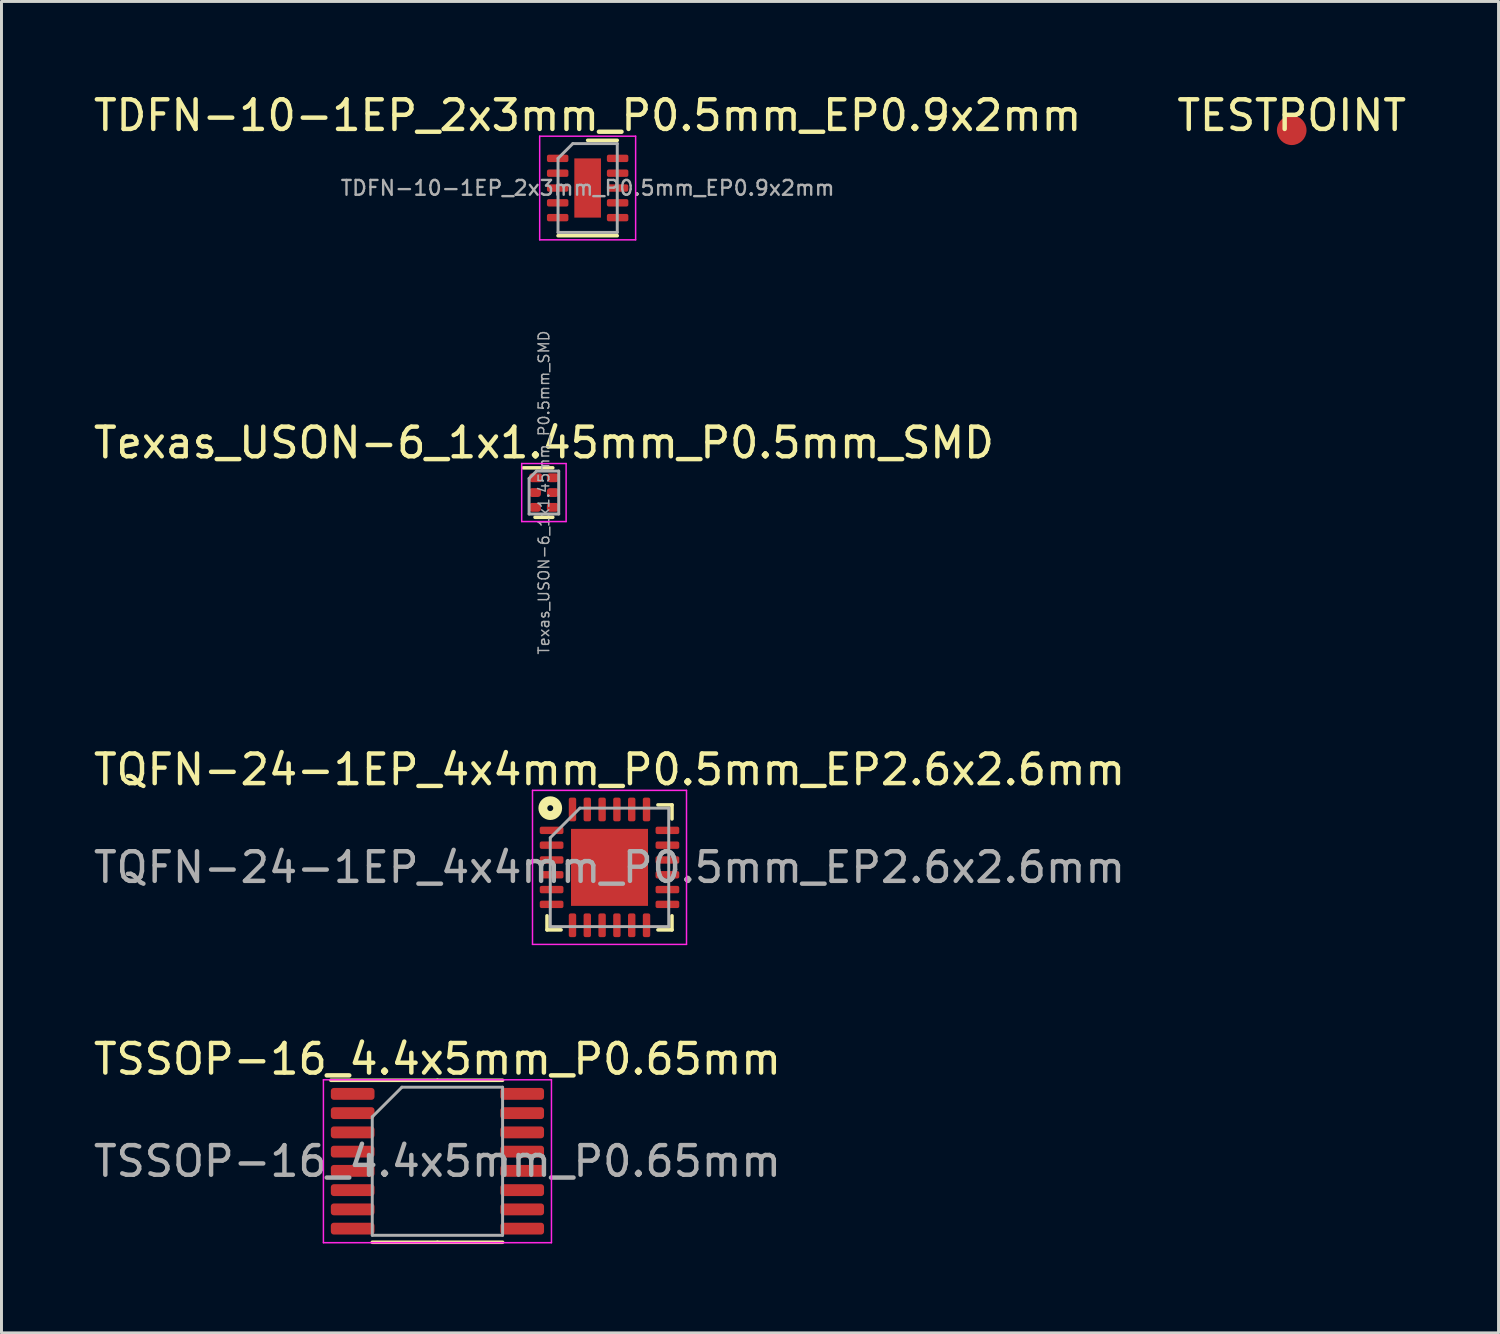
<source format=kicad_pcb>
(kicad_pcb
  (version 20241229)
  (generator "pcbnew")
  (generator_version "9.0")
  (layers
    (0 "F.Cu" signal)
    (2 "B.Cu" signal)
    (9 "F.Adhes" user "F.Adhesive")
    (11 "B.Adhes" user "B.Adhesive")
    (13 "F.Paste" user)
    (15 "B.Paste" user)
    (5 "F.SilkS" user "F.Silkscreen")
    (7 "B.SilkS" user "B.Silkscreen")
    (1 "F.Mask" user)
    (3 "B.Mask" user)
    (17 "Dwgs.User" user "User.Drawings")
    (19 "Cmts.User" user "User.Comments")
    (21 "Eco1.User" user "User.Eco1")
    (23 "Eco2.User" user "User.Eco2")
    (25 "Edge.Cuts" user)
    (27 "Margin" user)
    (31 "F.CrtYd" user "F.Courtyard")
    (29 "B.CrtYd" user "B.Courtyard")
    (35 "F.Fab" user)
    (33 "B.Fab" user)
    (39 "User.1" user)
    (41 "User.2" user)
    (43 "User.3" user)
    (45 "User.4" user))
  (footprint "TQFN-24-1EP_4x4mm_P0.5mm_EP2.6x2.6mm"
    (layer "F.Cu")
    (at 17.53 26.237)
    (property "Reference" "TQFN-24-1EP_4x4mm_P0.5mm_EP2.6x2.6mm" (at 0 -3.3 0) (layer "F.SilkS") (effects (font (size 1 1) (thickness 0.15))))
    (attr smd)
    (fp_line (start -2.11 2.11) (end -2.11 1.635) (stroke (width 0.12) (type solid)) (layer "F.SilkS"))
    (fp_line (start -1.635 2.11) (end -2.11 2.11) (stroke (width 0.12) (type solid)) (layer "F.SilkS"))
    (fp_line (start 1.635 -2.11) (end 2.11 -2.11) (stroke (width 0.12) (type solid)) (layer "F.SilkS"))
    (fp_line (start 1.635 2.11) (end 2.11 2.11) (stroke (width 0.12) (type solid)) (layer "F.SilkS"))
    (fp_line (start 2.11 -2.11) (end 2.11 -1.635) (stroke (width 0.12) (type solid)) (layer "F.SilkS"))
    (fp_line (start 2.11 2.11) (end 2.11 1.635) (stroke (width 0.12) (type solid)) (layer "F.SilkS"))
    (fp_circle (center -2 -2) (end -1.9 -2) (stroke (width 0.3) (type default)) (fill no) (layer "F.SilkS"))
    (fp_line (start -2.6 -2.6) (end -2.6 2.6) (stroke (width 0.05) (type solid)) (layer "F.CrtYd"))
    (fp_line (start -2.6 2.6) (end 2.6 2.6) (stroke (width 0.05) (type solid)) (layer "F.CrtYd"))
    (fp_line (start 2.6 -2.6) (end -2.6 -2.6) (stroke (width 0.05) (type solid)) (layer "F.CrtYd"))
    (fp_line (start 2.6 2.6) (end 2.6 -2.6) (stroke (width 0.05) (type solid)) (layer "F.CrtYd"))
    (fp_line (start -2 -1) (end -1 -2) (stroke (width 0.1) (type solid)) (layer "F.Fab"))
    (fp_line (start -2 2) (end -2 -1) (stroke (width 0.1) (type solid)) (layer "F.Fab"))
    (fp_line (start -1 -2) (end 2 -2) (stroke (width 0.1) (type solid)) (layer "F.Fab"))
    (fp_line (start 2 -2) (end 2 2) (stroke (width 0.1) (type solid)) (layer "F.Fab"))
    (fp_line (start 2 2) (end -2 2) (stroke (width 0.1) (type solid)) (layer "F.Fab"))
    (fp_text user "${REFERENCE}" (at 0 0 0) (layer "F.Fab") (effects (font (size 1 1) (thickness 0.15))))
    (pad "" smd roundrect (at -0.525 -0.525) (size 0.85 0.85) (layers "F.Paste") (roundrect_rratio 0.25))
    (pad "" smd roundrect (at -0.525 0.525) (size 0.85 0.85) (layers "F.Paste") (roundrect_rratio 0.25))
    (pad "" smd roundrect (at 0.525 -0.525) (size 0.85 0.85) (layers "F.Paste") (roundrect_rratio 0.25))
    (pad "" smd roundrect (at 0.525 0.525) (size 0.85 0.85) (layers "F.Paste") (roundrect_rratio 0.25))
    (pad "1" smd roundrect (at -1.955 -1.25) (size 0.8 0.25) (layers "F.Cu" "F.Mask" "F.Paste") (roundrect_rratio 0.25))
    (pad "2" smd roundrect (at -1.955 -0.75) (size 0.8 0.25) (layers "F.Cu" "F.Mask" "F.Paste") (roundrect_rratio 0.25))
    (pad "3" smd roundrect (at -1.955 -0.25) (size 0.8 0.25) (layers "F.Cu" "F.Mask" "F.Paste") (roundrect_rratio 0.25))
    (pad "4" smd roundrect (at -1.955 0.25) (size 0.8 0.25) (layers "F.Cu" "F.Mask" "F.Paste") (roundrect_rratio 0.25))
    (pad "5" smd roundrect (at -1.955 0.75) (size 0.8 0.25) (layers "F.Cu" "F.Mask" "F.Paste") (roundrect_rratio 0.25))
    (pad "6" smd roundrect (at -1.955 1.25) (size 0.8 0.25) (layers "F.Cu" "F.Mask" "F.Paste") (roundrect_rratio 0.25))
    (pad "7" smd roundrect (at -1.25 1.955 90) (size 0.8 0.25) (layers "F.Cu" "F.Mask" "F.Paste") (roundrect_rratio 0.25))
    (pad "8" smd roundrect (at -0.75 1.955 90) (size 0.8 0.25) (layers "F.Cu" "F.Mask" "F.Paste") (roundrect_rratio 0.25))
    (pad "9" smd roundrect (at -0.25 1.955 90) (size 0.8 0.25) (layers "F.Cu" "F.Mask" "F.Paste") (roundrect_rratio 0.25))
    (pad "10" smd roundrect (at 0.25 1.955 90) (size 0.8 0.25) (layers "F.Cu" "F.Mask" "F.Paste") (roundrect_rratio 0.25))
    (pad "11" smd roundrect (at 0.75 1.955 90) (size 0.8 0.25) (layers "F.Cu" "F.Mask" "F.Paste") (roundrect_rratio 0.25))
    (pad "12" smd roundrect (at 1.25 1.955 90) (size 0.8 0.25) (layers "F.Cu" "F.Mask" "F.Paste") (roundrect_rratio 0.25))
    (pad "13" smd roundrect (at 1.955 1.25) (size 0.8 0.25) (layers "F.Cu" "F.Mask" "F.Paste") (roundrect_rratio 0.25))
    (pad "14" smd roundrect (at 1.955 0.75) (size 0.8 0.25) (layers "F.Cu" "F.Mask" "F.Paste") (roundrect_rratio 0.25))
    (pad "15" smd roundrect (at 1.955 0.25) (size 0.8 0.25) (layers "F.Cu" "F.Mask" "F.Paste") (roundrect_rratio 0.25))
    (pad "16" smd roundrect (at 1.955 -0.25) (size 0.8 0.25) (layers "F.Cu" "F.Mask" "F.Paste") (roundrect_rratio 0.25))
    (pad "17" smd roundrect (at 1.955 -0.75) (size 0.8 0.25) (layers "F.Cu" "F.Mask" "F.Paste") (roundrect_rratio 0.25))
    (pad "18" smd roundrect (at 1.955 -1.25) (size 0.8 0.25) (layers "F.Cu" "F.Mask" "F.Paste") (roundrect_rratio 0.25))
    (pad "19" smd roundrect (at 1.25 -1.955 90) (size 0.8 0.25) (layers "F.Cu" "F.Mask" "F.Paste") (roundrect_rratio 0.25))
    (pad "20" smd roundrect (at 0.75 -1.955 90) (size 0.8 0.25) (layers "F.Cu" "F.Mask" "F.Paste") (roundrect_rratio 0.25))
    (pad "21" smd roundrect (at 0.25 -1.955 90) (size 0.8 0.25) (layers "F.Cu" "F.Mask" "F.Paste") (roundrect_rratio 0.25))
    (pad "22" smd roundrect (at -0.25 -1.955 90) (size 0.8 0.25) (layers "F.Cu" "F.Mask" "F.Paste") (roundrect_rratio 0.25))
    (pad "23" smd roundrect (at -0.75 -1.955 90) (size 0.8 0.25) (layers "F.Cu" "F.Mask" "F.Paste") (roundrect_rratio 0.25))
    (pad "24" smd roundrect (at -1.25 -1.955 90) (size 0.8 0.25) (layers "F.Cu" "F.Mask" "F.Paste") (roundrect_rratio 0.25))
    (pad "25" smd rect (at 0 0) (size 2.6 2.6) (layers "F.Cu" "F.Mask")))
  (footprint "TDFN-10-1EP_2x3mm_P0.5mm_EP0.9x2mm"
    (layer "F.Cu")
    (at 16.792 3.298)
    (property "Reference" "TDFN-10-1EP_2x3mm_P0.5mm_EP0.9x2mm" (at 0 -2.45 0) (layer "F.SilkS") (effects (font (size 1 1) (thickness 0.15))))
    (attr smd)
    (fp_line (start -1 1.61) (end 1 1.61) (stroke (width 0.12) (type solid)) (layer "F.SilkS"))
    (fp_line (start 0 -1.61) (end 1 -1.61) (stroke (width 0.12) (type solid)) (layer "F.SilkS"))
    (fp_line (start -1.62 -1.75) (end -1.62 1.75) (stroke (width 0.05) (type solid)) (layer "F.CrtYd"))
    (fp_line (start -1.62 1.75) (end 1.62 1.75) (stroke (width 0.05) (type solid)) (layer "F.CrtYd"))
    (fp_line (start 1.62 -1.75) (end -1.62 -1.75) (stroke (width 0.05) (type solid)) (layer "F.CrtYd"))
    (fp_line (start 1.62 1.75) (end 1.62 -1.75) (stroke (width 0.05) (type solid)) (layer "F.CrtYd"))
    (fp_line (start -1 -1) (end -0.5 -1.5) (stroke (width 0.1) (type solid)) (layer "F.Fab"))
    (fp_line (start -1 1.5) (end -1 -1) (stroke (width 0.1) (type solid)) (layer "F.Fab"))
    (fp_line (start -0.5 -1.5) (end 1 -1.5) (stroke (width 0.1) (type solid)) (layer "F.Fab"))
    (fp_line (start 1 -1.5) (end 1 1.5) (stroke (width 0.1) (type solid)) (layer "F.Fab"))
    (fp_line (start 1 1.5) (end -1 1.5) (stroke (width 0.1) (type solid)) (layer "F.Fab"))
    (fp_text user "${REFERENCE}" (at 0 0 0) (layer "F.Fab") (effects (font (size 0.5 0.5) (thickness 0.08))))
    (pad "" smd roundrect (at 0 -0.5) (size 0.73 0.81) (layers "F.Paste") (roundrect_rratio 0.25))
    (pad "" smd roundrect (at 0 0.5) (size 0.73 0.81) (layers "F.Paste") (roundrect_rratio 0.25))
    (pad "1" smd roundrect (at -1.012 -1) (size 0.725 0.25) (layers "F.Cu" "F.Mask" "F.Paste") (roundrect_rratio 0.25))
    (pad "2" smd roundrect (at -1.012 -0.5) (size 0.725 0.25) (layers "F.Cu" "F.Mask" "F.Paste") (roundrect_rratio 0.25))
    (pad "3" smd roundrect (at -1.012 0) (size 0.725 0.25) (layers "F.Cu" "F.Mask" "F.Paste") (roundrect_rratio 0.25))
    (pad "4" smd roundrect (at -1.012 0.5) (size 0.725 0.25) (layers "F.Cu" "F.Mask" "F.Paste") (roundrect_rratio 0.25))
    (pad "5" smd roundrect (at -1.012 1) (size 0.725 0.25) (layers "F.Cu" "F.Mask" "F.Paste") (roundrect_rratio 0.25))
    (pad "6" smd roundrect (at 1.012 1) (size 0.725 0.25) (layers "F.Cu" "F.Mask" "F.Paste") (roundrect_rratio 0.25))
    (pad "7" smd roundrect (at 1.012 0.5) (size 0.725 0.25) (layers "F.Cu" "F.Mask" "F.Paste") (roundrect_rratio 0.25))
    (pad "8" smd roundrect (at 1.012 0) (size 0.725 0.25) (layers "F.Cu" "F.Mask" "F.Paste") (roundrect_rratio 0.25))
    (pad "9" smd roundrect (at 1.012 -0.5) (size 0.725 0.25) (layers "F.Cu" "F.Mask" "F.Paste") (roundrect_rratio 0.25))
    (pad "10" smd roundrect (at 1.012 -1) (size 0.725 0.25) (layers "F.Cu" "F.Mask" "F.Paste") (roundrect_rratio 0.25))
    (pad "11" smd rect (at 0 0) (size 0.9 2) (layers "F.Cu" "F.Mask")))
  (footprint "TSSOP-16_4.4x5mm_P0.65mm"
    (layer "F.Cu")
    (at 11.72 36.16)
    (property "Reference" "TSSOP-16_4.4x5mm_P0.65mm" (at 0 -3.45 0) (layer "F.SilkS") (effects (font (size 1 1) (thickness 0.15))))
    (attr smd)
    (fp_line (start 0 -2.735) (end -3.6 -2.735) (stroke (width 0.12) (type solid)) (layer "F.SilkS"))
    (fp_line (start 0 -2.735) (end 2.2 -2.735) (stroke (width 0.12) (type solid)) (layer "F.SilkS"))
    (fp_line (start 0 2.735) (end -2.2 2.735) (stroke (width 0.12) (type solid)) (layer "F.SilkS"))
    (fp_line (start 0 2.735) (end 2.2 2.735) (stroke (width 0.12) (type solid)) (layer "F.SilkS"))
    (fp_line (start -3.85 -2.75) (end -3.85 2.75) (stroke (width 0.05) (type solid)) (layer "F.CrtYd"))
    (fp_line (start -3.85 2.75) (end 3.85 2.75) (stroke (width 0.05) (type solid)) (layer "F.CrtYd"))
    (fp_line (start 3.85 -2.75) (end -3.85 -2.75) (stroke (width 0.05) (type solid)) (layer "F.CrtYd"))
    (fp_line (start 3.85 2.75) (end 3.85 -2.75) (stroke (width 0.05) (type solid)) (layer "F.CrtYd"))
    (fp_line (start -2.2 -1.5) (end -1.2 -2.5) (stroke (width 0.1) (type solid)) (layer "F.Fab"))
    (fp_line (start -2.2 2.5) (end -2.2 -1.5) (stroke (width 0.1) (type solid)) (layer "F.Fab"))
    (fp_line (start -1.2 -2.5) (end 2.2 -2.5) (stroke (width 0.1) (type solid)) (layer "F.Fab"))
    (fp_line (start 2.2 -2.5) (end 2.2 2.5) (stroke (width 0.1) (type solid)) (layer "F.Fab"))
    (fp_line (start 2.2 2.5) (end -2.2 2.5) (stroke (width 0.1) (type solid)) (layer "F.Fab"))
    (fp_text user "${REFERENCE}" (at 0 0 0) (layer "F.Fab") (effects (font (size 1 1) (thickness 0.15))))
    (pad "1" smd roundrect (at -2.862 -2.275) (size 1.475 0.4) (layers "F.Cu" "F.Mask" "F.Paste") (roundrect_rratio 0.25))
    (pad "2" smd roundrect (at -2.862 -1.625) (size 1.475 0.4) (layers "F.Cu" "F.Mask" "F.Paste") (roundrect_rratio 0.25))
    (pad "3" smd roundrect (at -2.862 -0.975) (size 1.475 0.4) (layers "F.Cu" "F.Mask" "F.Paste") (roundrect_rratio 0.25))
    (pad "4" smd roundrect (at -2.862 -0.325) (size 1.475 0.4) (layers "F.Cu" "F.Mask" "F.Paste") (roundrect_rratio 0.25))
    (pad "5" smd roundrect (at -2.862 0.325) (size 1.475 0.4) (layers "F.Cu" "F.Mask" "F.Paste") (roundrect_rratio 0.25))
    (pad "6" smd roundrect (at -2.862 0.975) (size 1.475 0.4) (layers "F.Cu" "F.Mask" "F.Paste") (roundrect_rratio 0.25))
    (pad "7" smd roundrect (at -2.862 1.625) (size 1.475 0.4) (layers "F.Cu" "F.Mask" "F.Paste") (roundrect_rratio 0.25))
    (pad "8" smd roundrect (at -2.862 2.275) (size 1.475 0.4) (layers "F.Cu" "F.Mask" "F.Paste") (roundrect_rratio 0.25))
    (pad "9" smd roundrect (at 2.862 2.275) (size 1.475 0.4) (layers "F.Cu" "F.Mask" "F.Paste") (roundrect_rratio 0.25))
    (pad "10" smd roundrect (at 2.862 1.625) (size 1.475 0.4) (layers "F.Cu" "F.Mask" "F.Paste") (roundrect_rratio 0.25))
    (pad "11" smd roundrect (at 2.862 0.975) (size 1.475 0.4) (layers "F.Cu" "F.Mask" "F.Paste") (roundrect_rratio 0.25))
    (pad "12" smd roundrect (at 2.862 0.325) (size 1.475 0.4) (layers "F.Cu" "F.Mask" "F.Paste") (roundrect_rratio 0.25))
    (pad "13" smd roundrect (at 2.862 -0.325) (size 1.475 0.4) (layers "F.Cu" "F.Mask" "F.Paste") (roundrect_rratio 0.25))
    (pad "14" smd roundrect (at 2.862 -0.975) (size 1.475 0.4) (layers "F.Cu" "F.Mask" "F.Paste") (roundrect_rratio 0.25))
    (pad "15" smd roundrect (at 2.862 -1.625) (size 1.475 0.4) (layers "F.Cu" "F.Mask" "F.Paste") (roundrect_rratio 0.25))
    (pad "16" smd roundrect (at 2.862 -2.275) (size 1.475 0.4) (layers "F.Cu" "F.Mask" "F.Paste") (roundrect_rratio 0.25)))
  (footprint "TESTPOINT"
    (layer "F.Cu")
    (at 40.565 1.348)
    (property "Reference" "TESTPOINT" (at 0 -0.5 0) (unlocked yes) (layer "F.SilkS") (effects (font (size 1 1) (thickness 0.15))))
    (attr through_hole)
    (pad "1" smd circle (at 0 0) (size 1 1) (property pad_prop_testpoint) (layers "F.Cu" "F.Mask")))
  (footprint "Texas_USON-6_1x1.45mm_P0.5mm_SMD"
    (layer "F.Cu")
    (at 15.315 13.581)
    (property "Reference" "Texas_USON-6_1x1.45mm_P0.5mm_SMD" (at 0 -1.68 0) (layer "F.SilkS") (effects (font (size 1 1) (thickness 0.15))))
    (attr smd)
    (fp_line (start -0.7 -0.835) (end 0.3 -0.835) (stroke (width 0.12) (type solid)) (layer "F.SilkS"))
    (fp_line (start -0.3 0.835) (end 0.3 0.835) (stroke (width 0.12) (type solid)) (layer "F.SilkS"))
    (fp_line (start -0.75 -0.98) (end -0.75 0.98) (stroke (width 0.05) (type solid)) (layer "F.CrtYd"))
    (fp_line (start -0.75 0.98) (end 0.75 0.98) (stroke (width 0.05) (type solid)) (layer "F.CrtYd"))
    (fp_line (start 0.75 -0.98) (end -0.75 -0.98) (stroke (width 0.05) (type solid)) (layer "F.CrtYd"))
    (fp_line (start 0.75 0.98) (end 0.75 -0.98) (stroke (width 0.05) (type solid)) (layer "F.CrtYd"))
    (fp_line (start -0.5 -0.475) (end -0.25 -0.725) (stroke (width 0.1) (type solid)) (layer "F.Fab"))
    (fp_line (start -0.5 0.725) (end -0.5 -0.475) (stroke (width 0.1) (type solid)) (layer "F.Fab"))
    (fp_line (start -0.25 -0.725) (end 0.5 -0.725) (stroke (width 0.1) (type solid)) (layer "F.Fab"))
    (fp_line (start 0.5 -0.725) (end 0.5 0.725) (stroke (width 0.1) (type solid)) (layer "F.Fab"))
    (fp_line (start 0.5 0.725) (end -0.5 0.725) (stroke (width 0.1) (type solid)) (layer "F.Fab"))
    (fp_text user "${REFERENCE}" (at 0 0 90) (layer "F.Fab") (effects (font (size 0.36 0.36) (thickness 0.05))))
    (pad "1" smd roundrect (at -0.275 -0.5) (size 0.45 0.3) (layers "F.Cu" "F.Mask" "F.Paste") (roundrect_rratio 0.333))
    (pad "2" smd roundrect (at -0.3 0) (size 0.4 0.3) (layers "F.Cu" "F.Mask" "F.Paste") (roundrect_rratio 0.333))
    (pad "3" smd roundrect (at -0.3 0.5) (size 0.4 0.3) (layers "F.Cu" "F.Mask" "F.Paste") (roundrect_rratio 0.333))
    (pad "4" smd roundrect (at 0.3 0.5) (size 0.4 0.3) (layers "F.Cu" "F.Mask" "F.Paste") (roundrect_rratio 0.333))
    (pad "5" smd roundrect (at 0.3 0) (size 0.4 0.3) (layers "F.Cu" "F.Mask" "F.Paste") (roundrect_rratio 0.333))
    (pad "6" smd roundrect (at 0.3 -0.5) (size 0.4 0.3) (layers "F.Cu" "F.Mask" "F.Paste") (roundrect_rratio 0.333)))
  (gr_rect
    (start -3 -3)
    (end 47.548 41.955)
    (stroke (width 0.1) (type default))
    (fill no)
    (layer "Edge.Cuts")))
</source>
